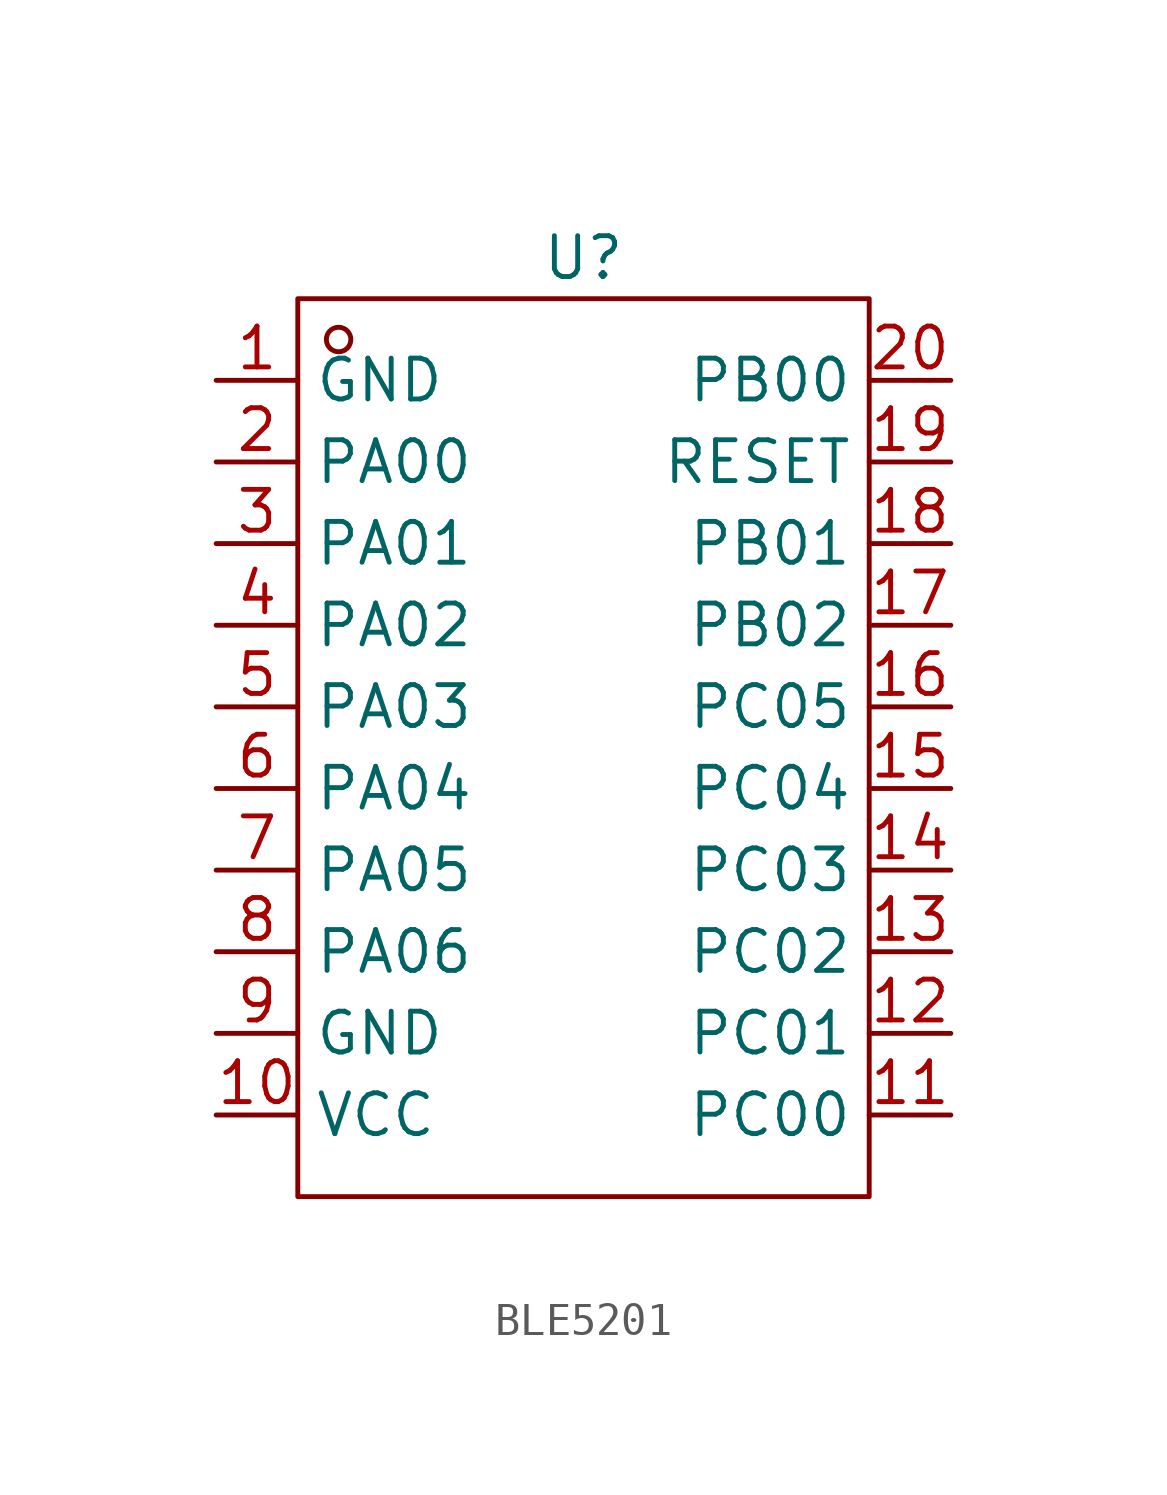
<source format=kicad_sym>
(kicad_symbol_lib
  (version 20231120)
  (generator "kicad_symbol_editor")
  (generator_version "8.0")
  (symbol "BLE5201"
    (property "Reference" "U"
      (at 0 15.24 0)
      (effects (font (size 1.27 1.27))))
    (property "Value" ""
      (at 0 0 0)
      (effects (font (size 1.27 1.27))))
    (symbol "BLE5201_1_0"
      (rectangle (start -8.89 -13.97) (end 8.89 13.97) (stroke (width 0) (type default)) (fill (type none)))
      (circle (center -7.62 12.7) (radius 0.381) (stroke (width 0) (type default)) (fill (type none)))
      (pin unspecified line (at -11.43 11.43 0) (length 2.54) (name "GND" (effects (font (size 1.27 1.27)))) (number "1" (effects (font (size 1.27 1.27)))))
      (pin unspecified line (at -11.43 -11.43 0) (length 2.54) (name "VCC" (effects (font (size 1.27 1.27)))) (number "10" (effects (font (size 1.27 1.27)))))
      (pin unspecified line (at 11.43 -11.43 180) (length 2.54) (name "PC00" (effects (font (size 1.27 1.27)))) (number "11" (effects (font (size 1.27 1.27)))))
      (pin unspecified line (at 11.43 -8.89 180) (length 2.54) (name "PC01" (effects (font (size 1.27 1.27)))) (number "12" (effects (font (size 1.27 1.27)))))
      (pin unspecified line (at 11.43 -6.35 180) (length 2.54) (name "PC02" (effects (font (size 1.27 1.27)))) (number "13" (effects (font (size 1.27 1.27)))))
      (pin unspecified line (at 11.43 -3.81 180) (length 2.54) (name "PC03" (effects (font (size 1.27 1.27)))) (number "14" (effects (font (size 1.27 1.27)))))
      (pin unspecified line (at 11.43 -1.27 180) (length 2.54) (name "PC04" (effects (font (size 1.27 1.27)))) (number "15" (effects (font (size 1.27 1.27)))))
      (pin unspecified line (at 11.43 1.27 180) (length 2.54) (name "PC05" (effects (font (size 1.27 1.27)))) (number "16" (effects (font (size 1.27 1.27)))))
      (pin unspecified line (at 11.43 3.81 180) (length 2.54) (name "PB02" (effects (font (size 1.27 1.27)))) (number "17" (effects (font (size 1.27 1.27)))))
      (pin unspecified line (at 11.43 6.35 180) (length 2.54) (name "PB01" (effects (font (size 1.27 1.27)))) (number "18" (effects (font (size 1.27 1.27)))))
      (pin unspecified line (at 11.43 8.89 180) (length 2.54) (name "RESET" (effects (font (size 1.27 1.27)))) (number "19" (effects (font (size 1.27 1.27)))))
      (pin unspecified line (at -11.43 8.89 0) (length 2.54) (name "PA00" (effects (font (size 1.27 1.27)))) (number "2" (effects (font (size 1.27 1.27)))))
      (pin unspecified line (at 11.43 11.43 180) (length 2.54) (name "PB00" (effects (font (size 1.27 1.27)))) (number "20" (effects (font (size 1.27 1.27)))))
      (pin unspecified line (at -11.43 6.35 0) (length 2.54) (name "PA01" (effects (font (size 1.27 1.27)))) (number "3" (effects (font (size 1.27 1.27)))))
      (pin unspecified line (at -11.43 3.81 0) (length 2.54) (name "PA02" (effects (font (size 1.27 1.27)))) (number "4" (effects (font (size 1.27 1.27)))))
      (pin unspecified line (at -11.43 1.27 0) (length 2.54) (name "PA03" (effects (font (size 1.27 1.27)))) (number "5" (effects (font (size 1.27 1.27)))))
      (pin unspecified line (at -11.43 -1.27 0) (length 2.54) (name "PA04" (effects (font (size 1.27 1.27)))) (number "6" (effects (font (size 1.27 1.27)))))
      (pin unspecified line (at -11.43 -3.81 0) (length 2.54) (name "PA05" (effects (font (size 1.27 1.27)))) (number "7" (effects (font (size 1.27 1.27)))))
      (pin unspecified line (at -11.43 -6.35 0) (length 2.54) (name "PA06" (effects (font (size 1.27 1.27)))) (number "8" (effects (font (size 1.27 1.27)))))
      (pin unspecified line (at -11.43 -8.89 0) (length 2.54) (name "GND" (effects (font (size 1.27 1.27)))) (number "9" (effects (font (size 1.27 1.27))))))))
</source>
